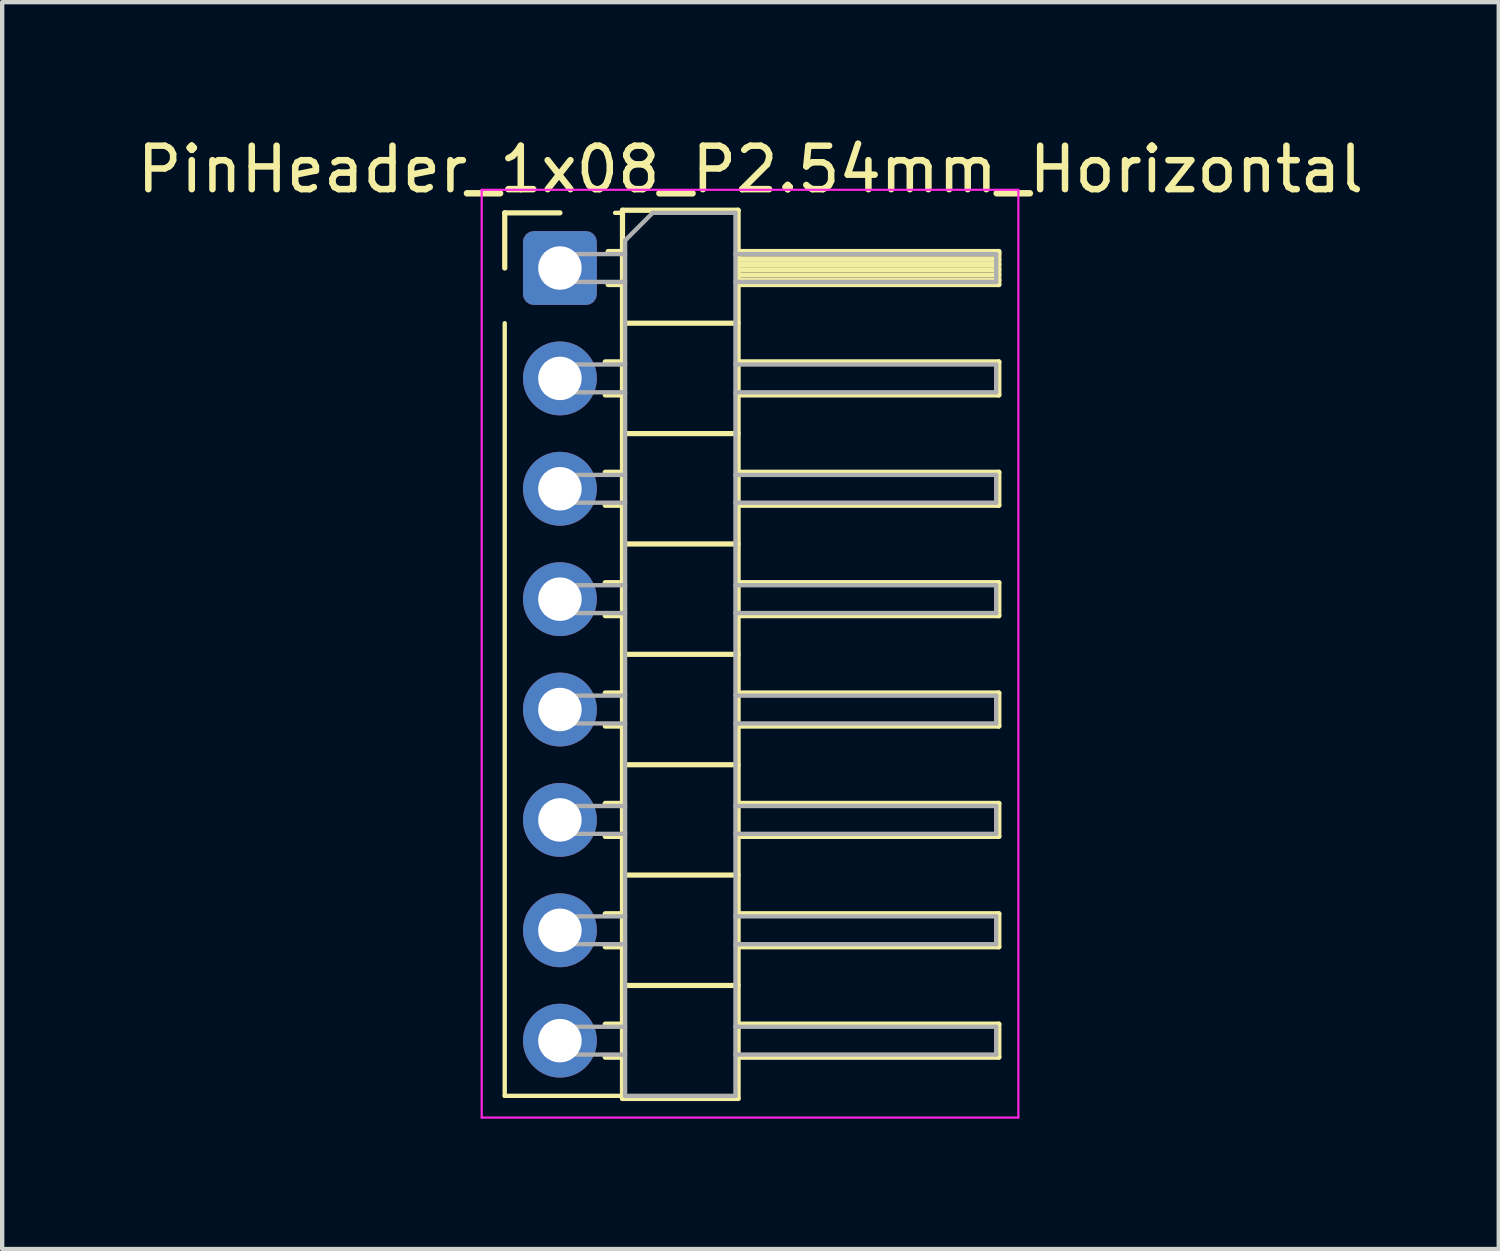
<source format=kicad_pcb>
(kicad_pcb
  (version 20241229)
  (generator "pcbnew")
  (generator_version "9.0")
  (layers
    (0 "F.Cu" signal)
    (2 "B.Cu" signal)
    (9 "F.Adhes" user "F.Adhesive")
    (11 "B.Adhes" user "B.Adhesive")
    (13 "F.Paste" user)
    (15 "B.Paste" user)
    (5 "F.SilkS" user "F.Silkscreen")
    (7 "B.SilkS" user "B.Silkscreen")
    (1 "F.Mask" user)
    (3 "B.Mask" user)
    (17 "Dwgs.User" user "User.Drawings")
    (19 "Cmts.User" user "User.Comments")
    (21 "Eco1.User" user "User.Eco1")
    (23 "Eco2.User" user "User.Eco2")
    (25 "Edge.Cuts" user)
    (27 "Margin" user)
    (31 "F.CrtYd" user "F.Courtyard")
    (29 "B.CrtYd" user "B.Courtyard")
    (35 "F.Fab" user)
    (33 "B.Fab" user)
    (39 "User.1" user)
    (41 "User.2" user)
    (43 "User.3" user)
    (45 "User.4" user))
  (footprint "PinHeader_1x08_P2.54mm_Horizontal"
    (layer "F.Cu")
    (at 9.835 12.008)
    (property "Reference" "PinHeader_1x08_P2.54mm_Horizontal" (at 4.385 -11.16 0) (layer "F.SilkS") (effects (font (size 1 1) (thickness 0.15))))
    (attr through_hole)
    (fp_line (start -1.27 -10.16) (end 0 -10.16) (stroke (width 0.12) (type solid)) (layer "F.SilkS"))
    (fp_line (start -1.27 -8.89) (end -1.27 -10.16) (stroke (width 0.12) (type solid)) (layer "F.SilkS"))
    (fp_line (start -1.27 -7.62) (end -1.27 10.16) (stroke (width 0.1) (type default)) (layer "F.SilkS"))
    (fp_line (start -1.27 10.16) (end 1.44 10.16) (stroke (width 0.1) (type default)) (layer "F.SilkS"))
    (fp_line (start 1.043 -6.73) (end 1.44 -6.73) (stroke (width 0.12) (type solid)) (layer "F.SilkS"))
    (fp_line (start 1.043 -5.97) (end 1.44 -5.97) (stroke (width 0.12) (type solid)) (layer "F.SilkS"))
    (fp_line (start 1.043 -4.19) (end 1.44 -4.19) (stroke (width 0.12) (type solid)) (layer "F.SilkS"))
    (fp_line (start 1.043 -3.43) (end 1.44 -3.43) (stroke (width 0.12) (type solid)) (layer "F.SilkS"))
    (fp_line (start 1.043 -1.65) (end 1.44 -1.65) (stroke (width 0.12) (type solid)) (layer "F.SilkS"))
    (fp_line (start 1.043 -0.89) (end 1.44 -0.89) (stroke (width 0.12) (type solid)) (layer "F.SilkS"))
    (fp_line (start 1.043 0.89) (end 1.44 0.89) (stroke (width 0.12) (type solid)) (layer "F.SilkS"))
    (fp_line (start 1.043 1.65) (end 1.44 1.65) (stroke (width 0.12) (type solid)) (layer "F.SilkS"))
    (fp_line (start 1.043 3.43) (end 1.44 3.43) (stroke (width 0.12) (type solid)) (layer "F.SilkS"))
    (fp_line (start 1.043 4.19) (end 1.44 4.19) (stroke (width 0.12) (type solid)) (layer "F.SilkS"))
    (fp_line (start 1.043 5.97) (end 1.44 5.97) (stroke (width 0.12) (type solid)) (layer "F.SilkS"))
    (fp_line (start 1.043 6.73) (end 1.44 6.73) (stroke (width 0.12) (type solid)) (layer "F.SilkS"))
    (fp_line (start 1.043 8.51) (end 1.44 8.51) (stroke (width 0.12) (type solid)) (layer "F.SilkS"))
    (fp_line (start 1.043 9.27) (end 1.44 9.27) (stroke (width 0.12) (type solid)) (layer "F.SilkS"))
    (fp_line (start 1.11 -9.27) (end 1.44 -9.27) (stroke (width 0.12) (type solid)) (layer "F.SilkS"))
    (fp_line (start 1.11 -8.51) (end 1.44 -8.51) (stroke (width 0.12) (type solid)) (layer "F.SilkS"))
    (fp_line (start 1.27 -10.16) (end 1.44 -10.16) (stroke (width 0.1) (type default)) (layer "F.SilkS"))
    (fp_line (start 1.44 -10.22) (end 1.44 10.22) (stroke (width 0.12) (type solid)) (layer "F.SilkS"))
    (fp_line (start 1.44 -7.62) (end 4.1 -7.62) (stroke (width 0.12) (type solid)) (layer "F.SilkS"))
    (fp_line (start 1.44 -5.08) (end 4.1 -5.08) (stroke (width 0.12) (type solid)) (layer "F.SilkS"))
    (fp_line (start 1.44 -2.54) (end 4.1 -2.54) (stroke (width 0.12) (type solid)) (layer "F.SilkS"))
    (fp_line (start 1.44 0) (end 4.1 0) (stroke (width 0.12) (type solid)) (layer "F.SilkS"))
    (fp_line (start 1.44 2.54) (end 4.1 2.54) (stroke (width 0.12) (type solid)) (layer "F.SilkS"))
    (fp_line (start 1.44 5.08) (end 4.1 5.08) (stroke (width 0.12) (type solid)) (layer "F.SilkS"))
    (fp_line (start 1.44 7.62) (end 4.1 7.62) (stroke (width 0.12) (type solid)) (layer "F.SilkS"))
    (fp_line (start 1.44 10.22) (end 4.1 10.22) (stroke (width 0.12) (type solid)) (layer "F.SilkS"))
    (fp_line (start 4.1 -10.22) (end 1.44 -10.22) (stroke (width 0.12) (type solid)) (layer "F.SilkS"))
    (fp_line (start 4.1 -9.27) (end 10.1 -9.27) (stroke (width 0.12) (type solid)) (layer "F.SilkS"))
    (fp_line (start 4.1 -9.21) (end 10.1 -9.21) (stroke (width 0.12) (type solid)) (layer "F.SilkS"))
    (fp_line (start 4.1 -9.09) (end 10.1 -9.09) (stroke (width 0.12) (type solid)) (layer "F.SilkS"))
    (fp_line (start 4.1 -8.97) (end 10.1 -8.97) (stroke (width 0.12) (type solid)) (layer "F.SilkS"))
    (fp_line (start 4.1 -8.85) (end 10.1 -8.85) (stroke (width 0.12) (type solid)) (layer "F.SilkS"))
    (fp_line (start 4.1 -8.73) (end 10.1 -8.73) (stroke (width 0.12) (type solid)) (layer "F.SilkS"))
    (fp_line (start 4.1 -8.61) (end 10.1 -8.61) (stroke (width 0.12) (type solid)) (layer "F.SilkS"))
    (fp_line (start 4.1 -6.73) (end 10.1 -6.73) (stroke (width 0.12) (type solid)) (layer "F.SilkS"))
    (fp_line (start 4.1 -4.19) (end 10.1 -4.19) (stroke (width 0.12) (type solid)) (layer "F.SilkS"))
    (fp_line (start 4.1 -1.65) (end 10.1 -1.65) (stroke (width 0.12) (type solid)) (layer "F.SilkS"))
    (fp_line (start 4.1 0.89) (end 10.1 0.89) (stroke (width 0.12) (type solid)) (layer "F.SilkS"))
    (fp_line (start 4.1 3.43) (end 10.1 3.43) (stroke (width 0.12) (type solid)) (layer "F.SilkS"))
    (fp_line (start 4.1 5.97) (end 10.1 5.97) (stroke (width 0.12) (type solid)) (layer "F.SilkS"))
    (fp_line (start 4.1 8.51) (end 10.1 8.51) (stroke (width 0.12) (type solid)) (layer "F.SilkS"))
    (fp_line (start 4.1 10.22) (end 4.1 -10.22) (stroke (width 0.12) (type solid)) (layer "F.SilkS"))
    (fp_line (start 10.1 -9.27) (end 10.1 -8.51) (stroke (width 0.12) (type solid)) (layer "F.SilkS"))
    (fp_line (start 10.1 -8.51) (end 4.1 -8.51) (stroke (width 0.12) (type solid)) (layer "F.SilkS"))
    (fp_line (start 10.1 -6.73) (end 10.1 -5.97) (stroke (width 0.12) (type solid)) (layer "F.SilkS"))
    (fp_line (start 10.1 -5.97) (end 4.1 -5.97) (stroke (width 0.12) (type solid)) (layer "F.SilkS"))
    (fp_line (start 10.1 -4.19) (end 10.1 -3.43) (stroke (width 0.12) (type solid)) (layer "F.SilkS"))
    (fp_line (start 10.1 -3.43) (end 4.1 -3.43) (stroke (width 0.12) (type solid)) (layer "F.SilkS"))
    (fp_line (start 10.1 -1.65) (end 10.1 -0.89) (stroke (width 0.12) (type solid)) (layer "F.SilkS"))
    (fp_line (start 10.1 -0.89) (end 4.1 -0.89) (stroke (width 0.12) (type solid)) (layer "F.SilkS"))
    (fp_line (start 10.1 0.89) (end 10.1 1.65) (stroke (width 0.12) (type solid)) (layer "F.SilkS"))
    (fp_line (start 10.1 1.65) (end 4.1 1.65) (stroke (width 0.12) (type solid)) (layer "F.SilkS"))
    (fp_line (start 10.1 3.43) (end 10.1 4.19) (stroke (width 0.12) (type solid)) (layer "F.SilkS"))
    (fp_line (start 10.1 4.19) (end 4.1 4.19) (stroke (width 0.12) (type solid)) (layer "F.SilkS"))
    (fp_line (start 10.1 5.97) (end 10.1 6.73) (stroke (width 0.12) (type solid)) (layer "F.SilkS"))
    (fp_line (start 10.1 6.73) (end 4.1 6.73) (stroke (width 0.12) (type solid)) (layer "F.SilkS"))
    (fp_line (start 10.1 8.51) (end 10.1 9.27) (stroke (width 0.12) (type solid)) (layer "F.SilkS"))
    (fp_line (start 10.1 9.27) (end 4.1 9.27) (stroke (width 0.12) (type solid)) (layer "F.SilkS"))
    (fp_line (start -1.8 -10.69) (end -1.8 10.66) (stroke (width 0.05) (type solid)) (layer "F.CrtYd"))
    (fp_line (start -1.8 10.66) (end 10.55 10.66) (stroke (width 0.05) (type solid)) (layer "F.CrtYd"))
    (fp_line (start 10.55 -10.69) (end -1.8 -10.69) (stroke (width 0.05) (type solid)) (layer "F.CrtYd"))
    (fp_line (start 10.55 10.66) (end 10.55 -10.69) (stroke (width 0.05) (type solid)) (layer "F.CrtYd"))
    (fp_line (start -0.32 -9.21) (end -0.32 -8.57) (stroke (width 0.1) (type solid)) (layer "F.Fab"))
    (fp_line (start -0.32 -9.21) (end 1.5 -9.21) (stroke (width 0.1) (type solid)) (layer "F.Fab"))
    (fp_line (start -0.32 -8.57) (end 1.5 -8.57) (stroke (width 0.1) (type solid)) (layer "F.Fab"))
    (fp_line (start -0.32 -6.67) (end -0.32 -6.03) (stroke (width 0.1) (type solid)) (layer "F.Fab"))
    (fp_line (start -0.32 -6.67) (end 1.5 -6.67) (stroke (width 0.1) (type solid)) (layer "F.Fab"))
    (fp_line (start -0.32 -6.03) (end 1.5 -6.03) (stroke (width 0.1) (type solid)) (layer "F.Fab"))
    (fp_line (start -0.32 -4.13) (end -0.32 -3.49) (stroke (width 0.1) (type solid)) (layer "F.Fab"))
    (fp_line (start -0.32 -4.13) (end 1.5 -4.13) (stroke (width 0.1) (type solid)) (layer "F.Fab"))
    (fp_line (start -0.32 -3.49) (end 1.5 -3.49) (stroke (width 0.1) (type solid)) (layer "F.Fab"))
    (fp_line (start -0.32 -1.59) (end -0.32 -0.95) (stroke (width 0.1) (type solid)) (layer "F.Fab"))
    (fp_line (start -0.32 -1.59) (end 1.5 -1.59) (stroke (width 0.1) (type solid)) (layer "F.Fab"))
    (fp_line (start -0.32 -0.95) (end 1.5 -0.95) (stroke (width 0.1) (type solid)) (layer "F.Fab"))
    (fp_line (start -0.32 0.95) (end -0.32 1.59) (stroke (width 0.1) (type solid)) (layer "F.Fab"))
    (fp_line (start -0.32 0.95) (end 1.5 0.95) (stroke (width 0.1) (type solid)) (layer "F.Fab"))
    (fp_line (start -0.32 1.59) (end 1.5 1.59) (stroke (width 0.1) (type solid)) (layer "F.Fab"))
    (fp_line (start -0.32 3.49) (end -0.32 4.13) (stroke (width 0.1) (type solid)) (layer "F.Fab"))
    (fp_line (start -0.32 3.49) (end 1.5 3.49) (stroke (width 0.1) (type solid)) (layer "F.Fab"))
    (fp_line (start -0.32 4.13) (end 1.5 4.13) (stroke (width 0.1) (type solid)) (layer "F.Fab"))
    (fp_line (start -0.32 6.03) (end -0.32 6.67) (stroke (width 0.1) (type solid)) (layer "F.Fab"))
    (fp_line (start -0.32 6.03) (end 1.5 6.03) (stroke (width 0.1) (type solid)) (layer "F.Fab"))
    (fp_line (start -0.32 6.67) (end 1.5 6.67) (stroke (width 0.1) (type solid)) (layer "F.Fab"))
    (fp_line (start -0.32 8.57) (end -0.32 9.21) (stroke (width 0.1) (type solid)) (layer "F.Fab"))
    (fp_line (start -0.32 8.57) (end 1.5 8.57) (stroke (width 0.1) (type solid)) (layer "F.Fab"))
    (fp_line (start -0.32 9.21) (end 1.5 9.21) (stroke (width 0.1) (type solid)) (layer "F.Fab"))
    (fp_line (start 1.5 -9.525) (end 2.135 -10.16) (stroke (width 0.1) (type solid)) (layer "F.Fab"))
    (fp_line (start 1.5 10.16) (end 1.5 -9.525) (stroke (width 0.1) (type solid)) (layer "F.Fab"))
    (fp_line (start 2.135 -10.16) (end 4.04 -10.16) (stroke (width 0.1) (type solid)) (layer "F.Fab"))
    (fp_line (start 4.04 -10.16) (end 4.04 10.16) (stroke (width 0.1) (type solid)) (layer "F.Fab"))
    (fp_line (start 4.04 -9.21) (end 10.04 -9.21) (stroke (width 0.1) (type solid)) (layer "F.Fab"))
    (fp_line (start 4.04 -8.57) (end 10.04 -8.57) (stroke (width 0.1) (type solid)) (layer "F.Fab"))
    (fp_line (start 4.04 -6.67) (end 10.04 -6.67) (stroke (width 0.1) (type solid)) (layer "F.Fab"))
    (fp_line (start 4.04 -6.03) (end 10.04 -6.03) (stroke (width 0.1) (type solid)) (layer "F.Fab"))
    (fp_line (start 4.04 -4.13) (end 10.04 -4.13) (stroke (width 0.1) (type solid)) (layer "F.Fab"))
    (fp_line (start 4.04 -3.49) (end 10.04 -3.49) (stroke (width 0.1) (type solid)) (layer "F.Fab"))
    (fp_line (start 4.04 -1.59) (end 10.04 -1.59) (stroke (width 0.1) (type solid)) (layer "F.Fab"))
    (fp_line (start 4.04 -0.95) (end 10.04 -0.95) (stroke (width 0.1) (type solid)) (layer "F.Fab"))
    (fp_line (start 4.04 0.95) (end 10.04 0.95) (stroke (width 0.1) (type solid)) (layer "F.Fab"))
    (fp_line (start 4.04 1.59) (end 10.04 1.59) (stroke (width 0.1) (type solid)) (layer "F.Fab"))
    (fp_line (start 4.04 3.49) (end 10.04 3.49) (stroke (width 0.1) (type solid)) (layer "F.Fab"))
    (fp_line (start 4.04 4.13) (end 10.04 4.13) (stroke (width 0.1) (type solid)) (layer "F.Fab"))
    (fp_line (start 4.04 6.03) (end 10.04 6.03) (stroke (width 0.1) (type solid)) (layer "F.Fab"))
    (fp_line (start 4.04 6.67) (end 10.04 6.67) (stroke (width 0.1) (type solid)) (layer "F.Fab"))
    (fp_line (start 4.04 8.57) (end 10.04 8.57) (stroke (width 0.1) (type solid)) (layer "F.Fab"))
    (fp_line (start 4.04 9.21) (end 10.04 9.21) (stroke (width 0.1) (type solid)) (layer "F.Fab"))
    (fp_line (start 4.04 10.16) (end 1.5 10.16) (stroke (width 0.1) (type solid)) (layer "F.Fab"))
    (fp_line (start 10.04 -9.21) (end 10.04 -8.57) (stroke (width 0.1) (type solid)) (layer "F.Fab"))
    (fp_line (start 10.04 -6.67) (end 10.04 -6.03) (stroke (width 0.1) (type solid)) (layer "F.Fab"))
    (fp_line (start 10.04 -4.13) (end 10.04 -3.49) (stroke (width 0.1) (type solid)) (layer "F.Fab"))
    (fp_line (start 10.04 -1.59) (end 10.04 -0.95) (stroke (width 0.1) (type solid)) (layer "F.Fab"))
    (fp_line (start 10.04 0.95) (end 10.04 1.59) (stroke (width 0.1) (type solid)) (layer "F.Fab"))
    (fp_line (start 10.04 3.49) (end 10.04 4.13) (stroke (width 0.1) (type solid)) (layer "F.Fab"))
    (fp_line (start 10.04 6.03) (end 10.04 6.67) (stroke (width 0.1) (type solid)) (layer "F.Fab"))
    (fp_line (start 10.04 8.57) (end 10.04 9.21) (stroke (width 0.1) (type solid)) (layer "F.Fab"))
    (pad "1" thru_hole roundrect (at 0 -8.89) (size 1.7 1.7) (drill 1) (layers "*.Cu" "*.Mask") (roundrect_rratio 0.147))
    (pad "2" thru_hole oval (at 0 -6.35) (size 1.7 1.7) (drill 1) (layers "*.Cu" "*.Mask"))
    (pad "3" thru_hole oval (at 0 -3.81) (size 1.7 1.7) (drill 1) (layers "*.Cu" "*.Mask"))
    (pad "4" thru_hole oval (at 0 -1.27) (size 1.7 1.7) (drill 1) (layers "*.Cu" "*.Mask"))
    (pad "5" thru_hole oval (at 0 1.27) (size 1.7 1.7) (drill 1) (layers "*.Cu" "*.Mask"))
    (pad "6" thru_hole oval (at 0 3.81) (size 1.7 1.7) (drill 1) (layers "*.Cu" "*.Mask"))
    (pad "7" thru_hole oval (at 0 6.35) (size 1.7 1.7) (drill 1) (layers "*.Cu" "*.Mask"))
    (pad "8" thru_hole oval (at 0 8.89) (size 1.7 1.7) (drill 1) (layers "*.Cu" "*.Mask")))
  (gr_rect
    (start -3 -3)
    (end 31.44 25.693)
    (stroke (width 0.1) (type default))
    (fill no)
    (layer "Edge.Cuts")))
</source>
